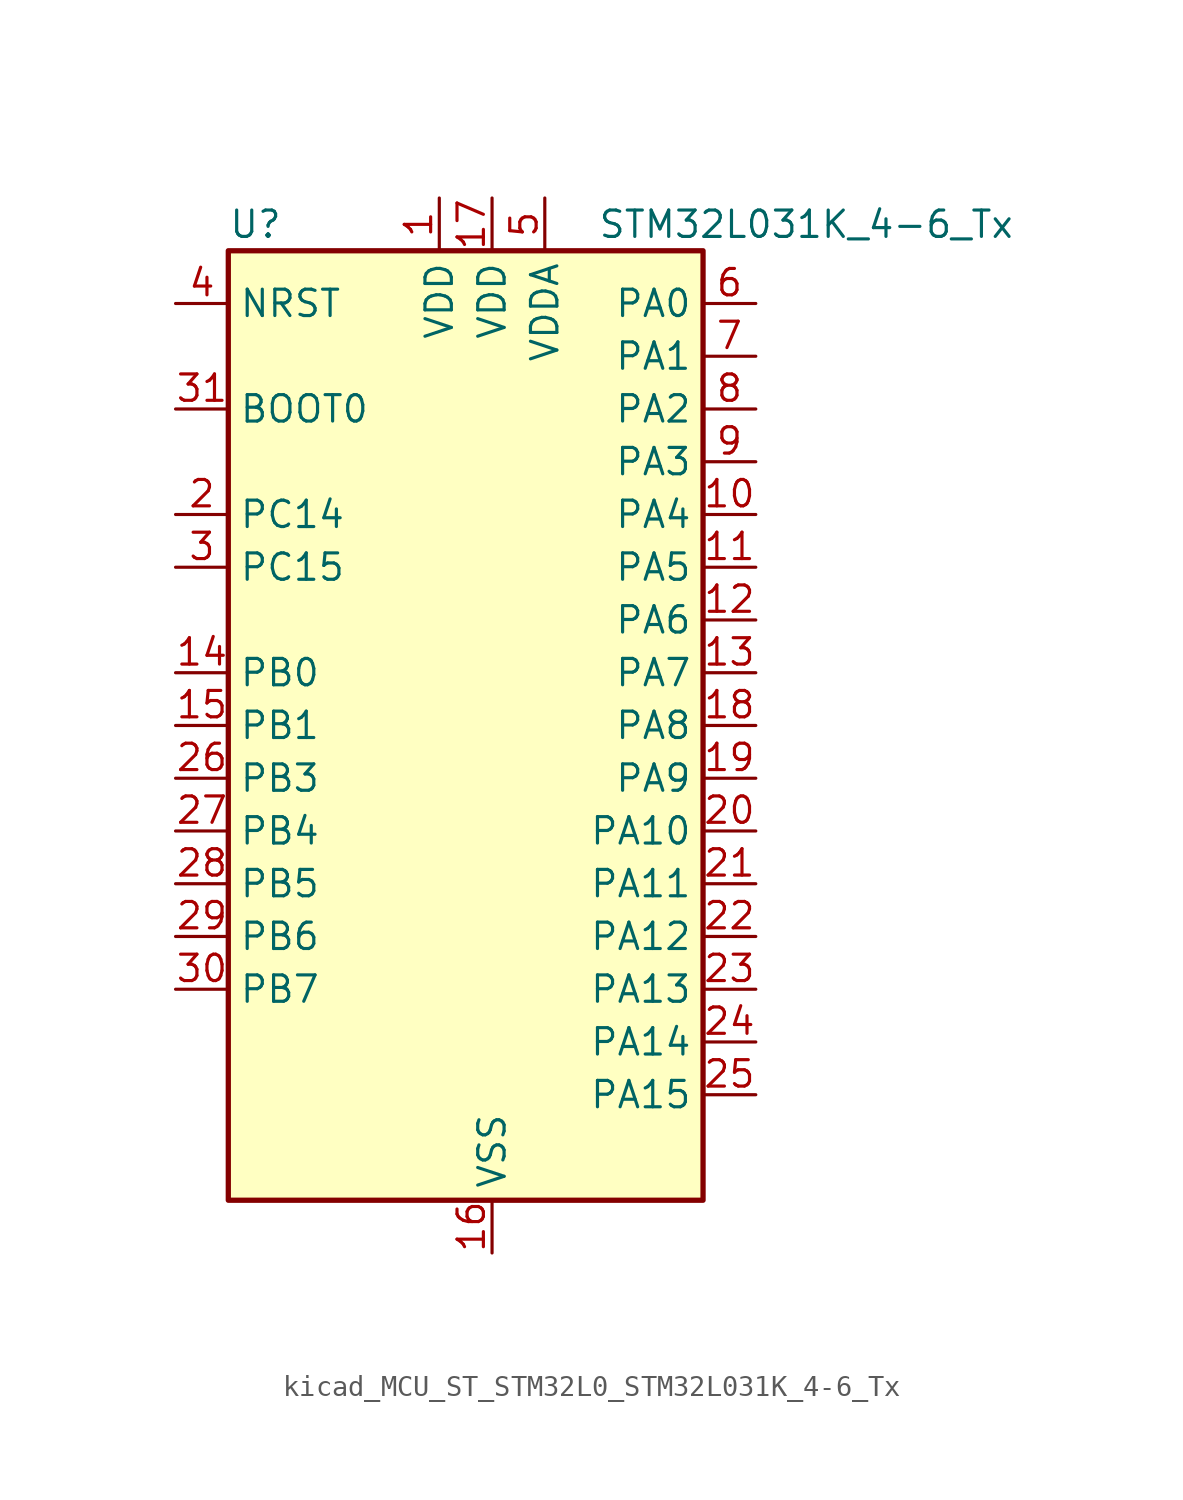
<source format=kicad_sym>
(kicad_symbol_lib
  (version 20220914)
  (generator kicad_symbol_editor)
  (symbol "kicad_MCU_ST_STM32L0_STM32L031K_4-6_Tx"
    (property "Reference" "U"
      (at -10.16 24.13 0)
      (effects (font (size 1.27 1.27)) (justify left)))
    (property "Value" "STM32L031K_4-6_Tx"
      (at 7.62 24.13 0)
      (effects (font (size 1.27 1.27)) (justify left)))
    (property "ki_locked" ""
      (at 0 0 0)
      (effects (font (size 1.27 1.27))))
    (symbol "kicad_MCU_ST_STM32L0_STM32L031K_4-6_Tx_0_1"
      (rectangle (start -10.16 -22.86) (end 12.7 22.86) (stroke (width 0.254) (type default)) (fill (type background))))
    (symbol "kicad_MCU_ST_STM32L0_STM32L031K_4-6_Tx_1_1"
      (pin power_in line (at 0 25.4 270) (length 2.54) (name "VDD" (effects (font (size 1.27 1.27)))) (number "1" (effects (font (size 1.27 1.27)))))
      (pin bidirectional line (at 15.24 10.16 180) (length 2.54) (name "PA4" (effects (font (size 1.27 1.27)))) (number "10" (effects (font (size 1.27 1.27)))) (alternate "ADC_IN4" bidirectional line) (alternate "COMP1_INM" bidirectional line) (alternate "COMP2_INM" bidirectional line) (alternate "LPTIM1_IN1" bidirectional line) (alternate "SPI1_NSS" bidirectional line) (alternate "TIM22_ETR" bidirectional line) (alternate "USART2_CK" bidirectional line))
      (pin bidirectional line (at 15.24 7.62 180) (length 2.54) (name "PA5" (effects (font (size 1.27 1.27)))) (number "11" (effects (font (size 1.27 1.27)))) (alternate "ADC_IN5" bidirectional line) (alternate "COMP1_INM" bidirectional line) (alternate "COMP2_INM" bidirectional line) (alternate "LPTIM1_IN2" bidirectional line) (alternate "SPI1_SCK" bidirectional line) (alternate "TIM2_CH1" bidirectional line) (alternate "TIM2_ETR" bidirectional line))
      (pin bidirectional line (at 15.24 5.08 180) (length 2.54) (name "PA6" (effects (font (size 1.27 1.27)))) (number "12" (effects (font (size 1.27 1.27)))) (alternate "ADC_IN6" bidirectional line) (alternate "COMP1_OUT" bidirectional line) (alternate "LPTIM1_ETR" bidirectional line) (alternate "LPUART1_CTS" bidirectional line) (alternate "SPI1_MISO" bidirectional line) (alternate "TIM22_CH1" bidirectional line))
      (pin bidirectional line (at 15.24 2.54 180) (length 2.54) (name "PA7" (effects (font (size 1.27 1.27)))) (number "13" (effects (font (size 1.27 1.27)))) (alternate "ADC_IN7" bidirectional line) (alternate "COMP2_OUT" bidirectional line) (alternate "LPTIM1_OUT" bidirectional line) (alternate "SPI1_MOSI" bidirectional line) (alternate "TIM22_CH2" bidirectional line) (alternate "USART2_CTS" bidirectional line))
      (pin bidirectional line (at -12.7 2.54 0) (length 2.54) (name "PB0" (effects (font (size 1.27 1.27)))) (number "14" (effects (font (size 1.27 1.27)))) (alternate "ADC_IN8" bidirectional line) (alternate "SPI1_MISO" bidirectional line) (alternate "SYS_VREF_OUT_PB0" bidirectional line) (alternate "TIM2_CH3" bidirectional line) (alternate "USART2_DE" bidirectional line) (alternate "USART2_RTS" bidirectional line))
      (pin bidirectional line (at -12.7 0 0) (length 2.54) (name "PB1" (effects (font (size 1.27 1.27)))) (number "15" (effects (font (size 1.27 1.27)))) (alternate "ADC_IN9" bidirectional line) (alternate "LPUART1_DE" bidirectional line) (alternate "LPUART1_RTS" bidirectional line) (alternate "SPI1_MOSI" bidirectional line) (alternate "SYS_VREF_OUT_PB1" bidirectional line) (alternate "TIM2_CH4" bidirectional line) (alternate "USART2_CK" bidirectional line))
      (pin power_in line (at 2.54 -25.4 90) (length 2.54) (name "VSS" (effects (font (size 1.27 1.27)))) (number "16" (effects (font (size 1.27 1.27)))))
      (pin power_in line (at 2.54 25.4 270) (length 2.54) (name "VDD" (effects (font (size 1.27 1.27)))) (number "17" (effects (font (size 1.27 1.27)))))
      (pin bidirectional line (at 15.24 0 180) (length 2.54) (name "PA8" (effects (font (size 1.27 1.27)))) (number "18" (effects (font (size 1.27 1.27)))) (alternate "LPTIM1_IN1" bidirectional line) (alternate "RCC_MCO" bidirectional line) (alternate "TIM2_CH1" bidirectional line) (alternate "USART2_CK" bidirectional line))
      (pin bidirectional line (at 15.24 -2.54 180) (length 2.54) (name "PA9" (effects (font (size 1.27 1.27)))) (number "19" (effects (font (size 1.27 1.27)))) (alternate "I2C1_SCL" bidirectional line) (alternate "RCC_MCO" bidirectional line) (alternate "TIM22_CH1" bidirectional line) (alternate "USART2_TX" bidirectional line))
      (pin bidirectional line (at -12.7 10.16 0) (length 2.54) (name "PC14" (effects (font (size 1.27 1.27)))) (number "2" (effects (font (size 1.27 1.27)))) (alternate "RCC_OSC32_IN" bidirectional line))
      (pin bidirectional line (at 15.24 -5.08 180) (length 2.54) (name "PA10" (effects (font (size 1.27 1.27)))) (number "20" (effects (font (size 1.27 1.27)))) (alternate "I2C1_SDA" bidirectional line) (alternate "TIM22_CH2" bidirectional line) (alternate "USART2_RX" bidirectional line))
      (pin bidirectional line (at 15.24 -7.62 180) (length 2.54) (name "PA11" (effects (font (size 1.27 1.27)))) (number "21" (effects (font (size 1.27 1.27)))) (alternate "ADC_EXTI11" bidirectional line) (alternate "COMP1_OUT" bidirectional line) (alternate "SPI1_MISO" bidirectional line) (alternate "TIM21_CH2" bidirectional line) (alternate "USART2_CTS" bidirectional line))
      (pin bidirectional line (at 15.24 -10.16 180) (length 2.54) (name "PA12" (effects (font (size 1.27 1.27)))) (number "22" (effects (font (size 1.27 1.27)))) (alternate "COMP2_OUT" bidirectional line) (alternate "SPI1_MOSI" bidirectional line) (alternate "USART2_DE" bidirectional line) (alternate "USART2_RTS" bidirectional line))
      (pin bidirectional line (at 15.24 -12.7 180) (length 2.54) (name "PA13" (effects (font (size 1.27 1.27)))) (number "23" (effects (font (size 1.27 1.27)))) (alternate "LPTIM1_ETR" bidirectional line) (alternate "LPUART1_RX" bidirectional line) (alternate "SYS_SWDIO" bidirectional line))
      (pin bidirectional line (at 15.24 -15.24 180) (length 2.54) (name "PA14" (effects (font (size 1.27 1.27)))) (number "24" (effects (font (size 1.27 1.27)))) (alternate "I2C1_SMBA" bidirectional line) (alternate "LPTIM1_OUT" bidirectional line) (alternate "LPUART1_TX" bidirectional line) (alternate "SYS_SWCLK" bidirectional line) (alternate "USART2_TX" bidirectional line))
      (pin bidirectional line (at 15.24 -17.78 180) (length 2.54) (name "PA15" (effects (font (size 1.27 1.27)))) (number "25" (effects (font (size 1.27 1.27)))) (alternate "SPI1_NSS" bidirectional line) (alternate "TIM2_CH1" bidirectional line) (alternate "TIM2_ETR" bidirectional line) (alternate "USART2_RX" bidirectional line))
      (pin bidirectional line (at -12.7 -2.54 0) (length 2.54) (name "PB3" (effects (font (size 1.27 1.27)))) (number "26" (effects (font (size 1.27 1.27)))) (alternate "COMP2_INM" bidirectional line) (alternate "SPI1_SCK" bidirectional line) (alternate "TIM2_CH2" bidirectional line))
      (pin bidirectional line (at -12.7 -5.08 0) (length 2.54) (name "PB4" (effects (font (size 1.27 1.27)))) (number "27" (effects (font (size 1.27 1.27)))) (alternate "COMP2_INP" bidirectional line) (alternate "SPI1_MISO" bidirectional line) (alternate "TIM22_CH1" bidirectional line))
      (pin bidirectional line (at -12.7 -7.62 0) (length 2.54) (name "PB5" (effects (font (size 1.27 1.27)))) (number "28" (effects (font (size 1.27 1.27)))) (alternate "COMP2_INP" bidirectional line) (alternate "I2C1_SMBA" bidirectional line) (alternate "LPTIM1_IN1" bidirectional line) (alternate "SPI1_MOSI" bidirectional line) (alternate "TIM22_CH2" bidirectional line))
      (pin bidirectional line (at -12.7 -10.16 0) (length 2.54) (name "PB6" (effects (font (size 1.27 1.27)))) (number "29" (effects (font (size 1.27 1.27)))) (alternate "COMP2_INP" bidirectional line) (alternate "I2C1_SCL" bidirectional line) (alternate "LPTIM1_ETR" bidirectional line) (alternate "TIM21_CH1" bidirectional line) (alternate "USART2_TX" bidirectional line))
      (pin bidirectional line (at -12.7 7.62 0) (length 2.54) (name "PC15" (effects (font (size 1.27 1.27)))) (number "3" (effects (font (size 1.27 1.27)))) (alternate "RCC_OSC32_OUT" bidirectional line))
      (pin bidirectional line (at -12.7 -12.7 0) (length 2.54) (name "PB7" (effects (font (size 1.27 1.27)))) (number "30" (effects (font (size 1.27 1.27)))) (alternate "COMP2_INP" bidirectional line) (alternate "I2C1_SDA" bidirectional line) (alternate "LPTIM1_IN2" bidirectional line) (alternate "SYS_PVD_IN" bidirectional line) (alternate "USART2_RX" bidirectional line))
      (pin input line (at -12.7 15.24 0) (length 2.54) (name "BOOT0" (effects (font (size 1.27 1.27)))) (number "31" (effects (font (size 1.27 1.27)))))
      (pin passive line (at 2.54 -25.4 90) (length 2.54) hide (name "VSS" (effects (font (size 1.27 1.27)))) (number "32" (effects (font (size 1.27 1.27)))))
      (pin input line (at -12.7 20.32 0) (length 2.54) (name "NRST" (effects (font (size 1.27 1.27)))) (number "4" (effects (font (size 1.27 1.27)))))
      (pin power_in line (at 5.08 25.4 270) (length 2.54) (name "VDDA" (effects (font (size 1.27 1.27)))) (number "5" (effects (font (size 1.27 1.27)))))
      (pin bidirectional line (at 15.24 20.32 180) (length 2.54) (name "PA0" (effects (font (size 1.27 1.27)))) (number "6" (effects (font (size 1.27 1.27)))) (alternate "ADC_IN0" bidirectional line) (alternate "COMP1_INM" bidirectional line) (alternate "COMP1_OUT" bidirectional line) (alternate "LPTIM1_IN1" bidirectional line) (alternate "RCC_CK_IN" bidirectional line) (alternate "RTC_TAMP2" bidirectional line) (alternate "SYS_WKUP1" bidirectional line) (alternate "TIM2_CH1" bidirectional line) (alternate "TIM2_ETR" bidirectional line) (alternate "USART2_CTS" bidirectional line))
      (pin bidirectional line (at 15.24 17.78 180) (length 2.54) (name "PA1" (effects (font (size 1.27 1.27)))) (number "7" (effects (font (size 1.27 1.27)))) (alternate "ADC_IN1" bidirectional line) (alternate "COMP1_INP" bidirectional line) (alternate "I2C1_SMBA" bidirectional line) (alternate "LPTIM1_IN2" bidirectional line) (alternate "TIM21_ETR" bidirectional line) (alternate "TIM2_CH2" bidirectional line) (alternate "USART2_DE" bidirectional line) (alternate "USART2_RTS" bidirectional line))
      (pin bidirectional line (at 15.24 15.24 180) (length 2.54) (name "PA2" (effects (font (size 1.27 1.27)))) (number "8" (effects (font (size 1.27 1.27)))) (alternate "ADC_IN2" bidirectional line) (alternate "COMP2_INM" bidirectional line) (alternate "COMP2_OUT" bidirectional line) (alternate "LPUART1_TX" bidirectional line) (alternate "RTC_OUT_ALARM" bidirectional line) (alternate "RTC_OUT_CALIB" bidirectional line) (alternate "RTC_TAMP3" bidirectional line) (alternate "RTC_TS" bidirectional line) (alternate "SYS_WKUP3" bidirectional line) (alternate "TIM21_CH1" bidirectional line) (alternate "TIM2_CH3" bidirectional line) (alternate "USART2_TX" bidirectional line))
      (pin bidirectional line (at 15.24 12.7 180) (length 2.54) (name "PA3" (effects (font (size 1.27 1.27)))) (number "9" (effects (font (size 1.27 1.27)))) (alternate "ADC_IN3" bidirectional line) (alternate "COMP2_INP" bidirectional line) (alternate "LPUART1_RX" bidirectional line) (alternate "TIM21_CH2" bidirectional line) (alternate "TIM2_CH4" bidirectional line) (alternate "USART2_RX" bidirectional line)))))
</source>
